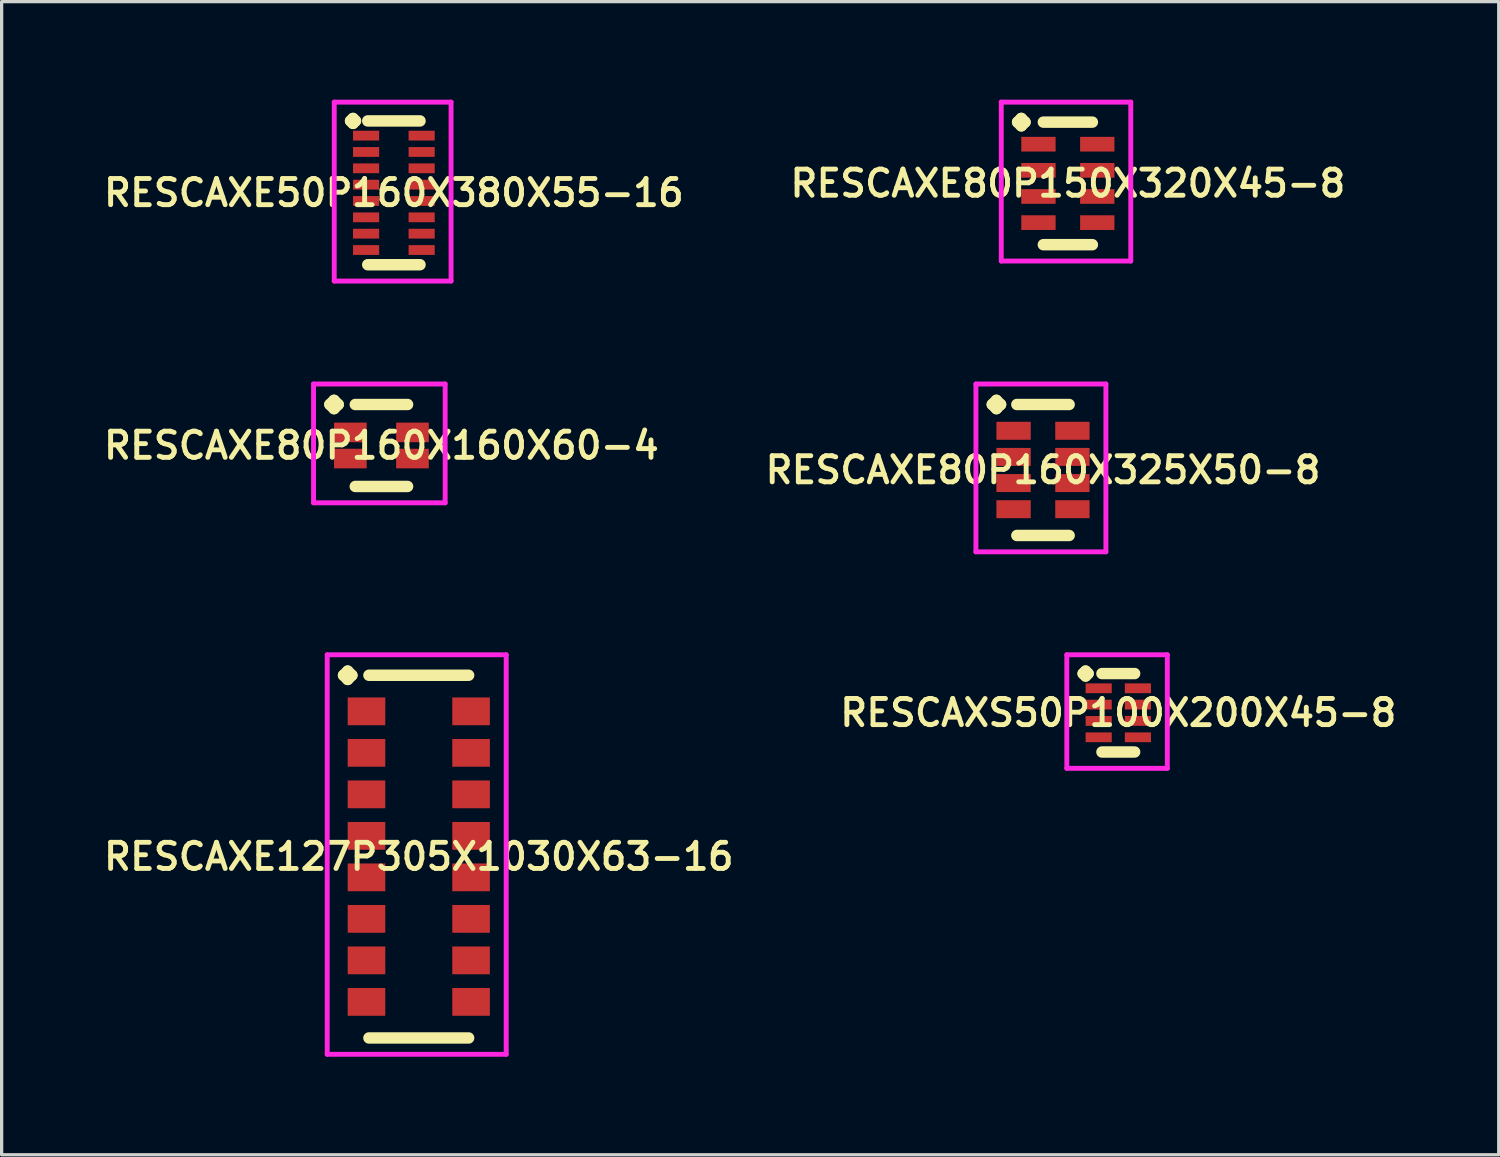
<source format=kicad_pcb>
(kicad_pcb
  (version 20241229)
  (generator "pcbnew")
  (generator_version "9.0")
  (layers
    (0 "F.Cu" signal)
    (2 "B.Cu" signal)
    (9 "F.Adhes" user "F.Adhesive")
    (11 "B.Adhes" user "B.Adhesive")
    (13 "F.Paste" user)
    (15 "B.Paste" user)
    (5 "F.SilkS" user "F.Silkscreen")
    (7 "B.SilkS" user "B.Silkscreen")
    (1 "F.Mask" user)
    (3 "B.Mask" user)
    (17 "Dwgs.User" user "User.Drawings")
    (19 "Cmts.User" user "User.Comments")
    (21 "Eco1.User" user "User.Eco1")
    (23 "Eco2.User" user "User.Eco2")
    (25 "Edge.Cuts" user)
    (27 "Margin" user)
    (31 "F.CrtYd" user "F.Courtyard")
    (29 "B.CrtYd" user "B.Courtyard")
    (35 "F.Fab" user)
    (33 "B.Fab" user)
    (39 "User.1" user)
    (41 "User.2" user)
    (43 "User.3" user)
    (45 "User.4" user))
  (footprint "RESCAXE80P150X320X45-8"
    (layer "F.Cu")
    (at 29.625 2.562)
    (property "Reference" "RESCAXE80P150X320X45-8" (at 0 0 0) (layer "F.SilkS") (effects (font (size 0.8 0.8) (thickness 0.15))))
    (attr smd)
    (fp_line (start -1.538 -1.875) (end -1.425 -1.988) (stroke (width 0.35) (type solid)) (layer "F.SilkS"))
    (fp_line (start -1.425 -1.988) (end -1.312 -1.875) (stroke (width 0.35) (type solid)) (layer "F.SilkS"))
    (fp_line (start -1.425 -1.762) (end -1.538 -1.875) (stroke (width 0.35) (type solid)) (layer "F.SilkS"))
    (fp_line (start -1.312 -1.875) (end -1.425 -1.762) (stroke (width 0.35) (type solid)) (layer "F.SilkS"))
    (fp_line (start -0.75 -1.875) (end 0.75 -1.875) (stroke (width 0.35) (type solid)) (layer "F.SilkS"))
    (fp_line (start -0.75 1.875) (end 0.75 1.875) (stroke (width 0.35) (type solid)) (layer "F.SilkS"))
    (fp_line (start -2.038 -2.487) (end 1.925 -2.487) (stroke (width 0.15) (type solid)) (layer "F.CrtYd"))
    (fp_line (start -2.038 2.375) (end -2.038 -2.487) (stroke (width 0.15) (type solid)) (layer "F.CrtYd"))
    (fp_line (start 1.925 -2.487) (end 1.925 2.375) (stroke (width 0.15) (type solid)) (layer "F.CrtYd"))
    (fp_line (start 1.925 2.375) (end -2.038 2.375) (stroke (width 0.15) (type solid)) (layer "F.CrtYd"))
    (pad "1" smd rect (at -0.9 -1.2) (size 1.05 0.45) (layers "F.Cu" "F.Mask" "F.Paste"))
    (pad "2" smd rect (at -0.9 -0.4) (size 1.05 0.45) (layers "F.Cu" "F.Mask" "F.Paste"))
    (pad "3" smd rect (at -0.9 0.4) (size 1.05 0.45) (layers "F.Cu" "F.Mask" "F.Paste"))
    (pad "4" smd rect (at -0.9 1.2) (size 1.05 0.45) (layers "F.Cu" "F.Mask" "F.Paste"))
    (pad "5" smd rect (at 0.9 1.2) (size 1.05 0.45) (layers "F.Cu" "F.Mask" "F.Paste"))
    (pad "6" smd rect (at 0.9 0.4) (size 1.05 0.45) (layers "F.Cu" "F.Mask" "F.Paste"))
    (pad "7" smd rect (at 0.9 -0.4) (size 1.05 0.45) (layers "F.Cu" "F.Mask" "F.Paste"))
    (pad "8" smd rect (at 0.9 -1.2) (size 1.05 0.45) (layers "F.Cu" "F.Mask" "F.Paste")))
  (footprint "RESCAXE80P160X160X60-4"
    (layer "F.Cu")
    (at 8.621 10.581)
    (property "Reference" "RESCAXE80P160X160X60-4" (at 0 0 0) (layer "F.SilkS") (effects (font (size 0.8 0.8) (thickness 0.15))))
    (attr smd)
    (fp_line (start -1.577 -1.254) (end -1.45 -1.381) (stroke (width 0.35) (type solid)) (layer "F.SilkS"))
    (fp_line (start -1.45 -1.381) (end -1.323 -1.254) (stroke (width 0.35) (type solid)) (layer "F.SilkS"))
    (fp_line (start -1.45 -1.127) (end -1.577 -1.254) (stroke (width 0.35) (type solid)) (layer "F.SilkS"))
    (fp_line (start -1.323 -1.254) (end -1.45 -1.127) (stroke (width 0.35) (type solid)) (layer "F.SilkS"))
    (fp_line (start -0.8 -1.254) (end 0.8 -1.254) (stroke (width 0.35) (type solid)) (layer "F.SilkS"))
    (fp_line (start -0.8 1.254) (end 0.8 1.254) (stroke (width 0.35) (type solid)) (layer "F.SilkS"))
    (fp_line (start -2.077 -1.881) (end 1.95 -1.881) (stroke (width 0.15) (type solid)) (layer "F.CrtYd"))
    (fp_line (start -2.077 1.754) (end -2.077 -1.881) (stroke (width 0.15) (type solid)) (layer "F.CrtYd"))
    (fp_line (start 1.95 -1.881) (end 1.95 1.754) (stroke (width 0.15) (type solid)) (layer "F.CrtYd"))
    (fp_line (start 1.95 1.754) (end -2.077 1.754) (stroke (width 0.15) (type solid)) (layer "F.CrtYd"))
    (pad "1" smd rect (at -0.95 -0.4) (size 1 0.6) (layers "F.Cu" "F.Mask" "F.Paste"))
    (pad "2" smd rect (at -0.95 0.4) (size 1 0.6) (layers "F.Cu" "F.Mask" "F.Paste"))
    (pad "3" smd rect (at 0.95 0.4) (size 1 0.6) (layers "F.Cu" "F.Mask" "F.Paste"))
    (pad "4" smd rect (at 0.95 -0.4) (size 1 0.6) (layers "F.Cu" "F.Mask" "F.Paste")))
  (footprint "RESCAXE127P305X1030X63-16"
    (layer "F.Cu")
    (at 9.764 23.161)
    (property "Reference" "RESCAXE127P305X1030X63-16" (at 0 0 0) (layer "F.SilkS") (effects (font (size 0.8 0.8) (thickness 0.15))))
    (attr smd)
    (fp_line (start -2.302 -5.549) (end -2.175 -5.676) (stroke (width 0.35) (type solid)) (layer "F.SilkS"))
    (fp_line (start -2.175 -5.676) (end -2.048 -5.549) (stroke (width 0.35) (type solid)) (layer "F.SilkS"))
    (fp_line (start -2.175 -5.422) (end -2.302 -5.549) (stroke (width 0.35) (type solid)) (layer "F.SilkS"))
    (fp_line (start -2.048 -5.549) (end -2.175 -5.422) (stroke (width 0.35) (type solid)) (layer "F.SilkS"))
    (fp_line (start -1.525 -5.549) (end 1.525 -5.549) (stroke (width 0.35) (type solid)) (layer "F.SilkS"))
    (fp_line (start -1.525 5.549) (end 1.525 5.549) (stroke (width 0.35) (type solid)) (layer "F.SilkS"))
    (fp_line (start -2.802 -6.176) (end 2.675 -6.176) (stroke (width 0.15) (type solid)) (layer "F.CrtYd"))
    (fp_line (start -2.802 6.049) (end -2.802 -6.176) (stroke (width 0.15) (type solid)) (layer "F.CrtYd"))
    (fp_line (start 2.675 -6.176) (end 2.675 6.049) (stroke (width 0.15) (type solid)) (layer "F.CrtYd"))
    (fp_line (start 2.675 6.049) (end -2.802 6.049) (stroke (width 0.15) (type solid)) (layer "F.CrtYd"))
    (pad "1" smd rect (at -1.6 -4.445) (size 1.15 0.85) (layers "F.Cu" "F.Mask" "F.Paste"))
    (pad "2" smd rect (at -1.6 -3.175) (size 1.15 0.85) (layers "F.Cu" "F.Mask" "F.Paste"))
    (pad "3" smd rect (at -1.6 -1.905) (size 1.15 0.85) (layers "F.Cu" "F.Mask" "F.Paste"))
    (pad "4" smd rect (at -1.6 -0.635) (size 1.15 0.85) (layers "F.Cu" "F.Mask" "F.Paste"))
    (pad "5" smd rect (at -1.6 0.635) (size 1.15 0.85) (layers "F.Cu" "F.Mask" "F.Paste"))
    (pad "6" smd rect (at -1.6 1.905) (size 1.15 0.85) (layers "F.Cu" "F.Mask" "F.Paste"))
    (pad "7" smd rect (at -1.6 3.175) (size 1.15 0.85) (layers "F.Cu" "F.Mask" "F.Paste"))
    (pad "8" smd rect (at -1.6 4.445) (size 1.15 0.85) (layers "F.Cu" "F.Mask" "F.Paste"))
    (pad "9" smd rect (at 1.6 4.445) (size 1.15 0.85) (layers "F.Cu" "F.Mask" "F.Paste"))
    (pad "10" smd rect (at 1.6 3.175) (size 1.15 0.85) (layers "F.Cu" "F.Mask" "F.Paste"))
    (pad "11" smd rect (at 1.6 1.905) (size 1.15 0.85) (layers "F.Cu" "F.Mask" "F.Paste"))
    (pad "12" smd rect (at 1.6 0.635) (size 1.15 0.85) (layers "F.Cu" "F.Mask" "F.Paste"))
    (pad "13" smd rect (at 1.6 -0.635) (size 1.15 0.85) (layers "F.Cu" "F.Mask" "F.Paste"))
    (pad "14" smd rect (at 1.6 -1.905) (size 1.15 0.85) (layers "F.Cu" "F.Mask" "F.Paste"))
    (pad "15" smd rect (at 1.6 -3.175) (size 1.15 0.85) (layers "F.Cu" "F.Mask" "F.Paste"))
    (pad "16" smd rect (at 1.6 -4.445) (size 1.15 0.85) (layers "F.Cu" "F.Mask" "F.Paste")))
  (footprint "RESCAXE50P160X380X55-16"
    (layer "F.Cu")
    (at 9.002 2.85)
    (property "Reference" "RESCAXE50P160X380X55-16" (at 0 0 0) (layer "F.SilkS") (effects (font (size 0.8 0.8) (thickness 0.15))))
    (attr smd)
    (fp_line (start -1.325 -2.2) (end -1.25 -2.275) (stroke (width 0.35) (type solid)) (layer "F.SilkS"))
    (fp_line (start -1.25 -2.275) (end -1.175 -2.2) (stroke (width 0.35) (type solid)) (layer "F.SilkS"))
    (fp_line (start -1.25 -2.125) (end -1.325 -2.2) (stroke (width 0.35) (type solid)) (layer "F.SilkS"))
    (fp_line (start -1.175 -2.2) (end -1.25 -2.125) (stroke (width 0.35) (type solid)) (layer "F.SilkS"))
    (fp_line (start -0.8 -2.2) (end 0.8 -2.2) (stroke (width 0.35) (type solid)) (layer "F.SilkS"))
    (fp_line (start -0.8 2.2) (end 0.8 2.2) (stroke (width 0.35) (type solid)) (layer "F.SilkS"))
    (fp_line (start -1.825 -2.775) (end 1.75 -2.775) (stroke (width 0.15) (type solid)) (layer "F.CrtYd"))
    (fp_line (start -1.825 2.7) (end -1.825 -2.775) (stroke (width 0.15) (type solid)) (layer "F.CrtYd"))
    (fp_line (start 1.75 -2.775) (end 1.75 2.7) (stroke (width 0.15) (type solid)) (layer "F.CrtYd"))
    (fp_line (start 1.75 2.7) (end -1.825 2.7) (stroke (width 0.15) (type solid)) (layer "F.CrtYd"))
    (pad "1" smd rect (at -0.85 -1.75) (size 0.8 0.3) (layers "F.Cu" "F.Mask" "F.Paste"))
    (pad "2" smd rect (at -0.85 -1.25) (size 0.8 0.3) (layers "F.Cu" "F.Mask" "F.Paste"))
    (pad "3" smd rect (at -0.85 -0.75) (size 0.8 0.3) (layers "F.Cu" "F.Mask" "F.Paste"))
    (pad "4" smd rect (at -0.85 -0.25) (size 0.8 0.3) (layers "F.Cu" "F.Mask" "F.Paste"))
    (pad "5" smd rect (at -0.85 0.25) (size 0.8 0.3) (layers "F.Cu" "F.Mask" "F.Paste"))
    (pad "6" smd rect (at -0.85 0.75) (size 0.8 0.3) (layers "F.Cu" "F.Mask" "F.Paste"))
    (pad "7" smd rect (at -0.85 1.25) (size 0.8 0.3) (layers "F.Cu" "F.Mask" "F.Paste"))
    (pad "8" smd rect (at -0.85 1.75) (size 0.8 0.3) (layers "F.Cu" "F.Mask" "F.Paste"))
    (pad "9" smd rect (at 0.85 1.75) (size 0.8 0.3) (layers "F.Cu" "F.Mask" "F.Paste"))
    (pad "10" smd rect (at 0.85 1.25) (size 0.8 0.3) (layers "F.Cu" "F.Mask" "F.Paste"))
    (pad "11" smd rect (at 0.85 0.75) (size 0.8 0.3) (layers "F.Cu" "F.Mask" "F.Paste"))
    (pad "12" smd rect (at 0.85 0.25) (size 0.8 0.3) (layers "F.Cu" "F.Mask" "F.Paste"))
    (pad "13" smd rect (at 0.85 -0.25) (size 0.8 0.3) (layers "F.Cu" "F.Mask" "F.Paste"))
    (pad "14" smd rect (at 0.85 -0.75) (size 0.8 0.3) (layers "F.Cu" "F.Mask" "F.Paste"))
    (pad "15" smd rect (at 0.85 -1.25) (size 0.8 0.3) (layers "F.Cu" "F.Mask" "F.Paste"))
    (pad "16" smd rect (at 0.85 -1.75) (size 0.8 0.3) (layers "F.Cu" "F.Mask" "F.Paste")))
  (footprint "RESCAXE80P160X325X50-8"
    (layer "F.Cu")
    (at 28.864 11.331)
    (property "Reference" "RESCAXE80P160X325X50-8" (at 0 0 0) (layer "F.SilkS") (effects (font (size 0.8 0.8) (thickness 0.15))))
    (attr smd)
    (fp_line (start -1.552 -2.004) (end -1.425 -2.131) (stroke (width 0.35) (type solid)) (layer "F.SilkS"))
    (fp_line (start -1.425 -2.131) (end -1.298 -2.004) (stroke (width 0.35) (type solid)) (layer "F.SilkS"))
    (fp_line (start -1.425 -1.877) (end -1.552 -2.004) (stroke (width 0.35) (type solid)) (layer "F.SilkS"))
    (fp_line (start -1.298 -2.004) (end -1.425 -1.877) (stroke (width 0.35) (type solid)) (layer "F.SilkS"))
    (fp_line (start -0.8 -2.004) (end 0.8 -2.004) (stroke (width 0.35) (type solid)) (layer "F.SilkS"))
    (fp_line (start -0.8 2.004) (end 0.8 2.004) (stroke (width 0.35) (type solid)) (layer "F.SilkS"))
    (fp_line (start -2.052 -2.631) (end 1.925 -2.631) (stroke (width 0.15) (type solid)) (layer "F.CrtYd"))
    (fp_line (start -2.052 2.504) (end -2.052 -2.631) (stroke (width 0.15) (type solid)) (layer "F.CrtYd"))
    (fp_line (start 1.925 -2.631) (end 1.925 2.504) (stroke (width 0.15) (type solid)) (layer "F.CrtYd"))
    (fp_line (start 1.925 2.504) (end -2.052 2.504) (stroke (width 0.15) (type solid)) (layer "F.CrtYd"))
    (pad "1" smd rect (at -0.9 -1.2) (size 1.05 0.55) (layers "F.Cu" "F.Mask" "F.Paste"))
    (pad "2" smd rect (at -0.9 -0.4) (size 1.05 0.55) (layers "F.Cu" "F.Mask" "F.Paste"))
    (pad "3" smd rect (at -0.9 0.4) (size 1.05 0.55) (layers "F.Cu" "F.Mask" "F.Paste"))
    (pad "4" smd rect (at -0.9 1.2) (size 1.05 0.55) (layers "F.Cu" "F.Mask" "F.Paste"))
    (pad "5" smd rect (at 0.9 1.2) (size 1.05 0.55) (layers "F.Cu" "F.Mask" "F.Paste"))
    (pad "6" smd rect (at 0.9 0.4) (size 1.05 0.55) (layers "F.Cu" "F.Mask" "F.Paste"))
    (pad "7" smd rect (at 0.9 -0.4) (size 1.05 0.55) (layers "F.Cu" "F.Mask" "F.Paste"))
    (pad "8" smd rect (at 0.9 -1.2) (size 1.05 0.55) (layers "F.Cu" "F.Mask" "F.Paste")))
  (footprint "RESCAXS50P100X200X45-8"
    (layer "F.Cu")
    (at 31.168 18.76)
    (property "Reference" "RESCAXS50P100X200X45-8" (at 0 0 0) (layer "F.SilkS") (effects (font (size 0.8 0.8) (thickness 0.15))))
    (attr smd)
    (fp_line (start -1.075 -1.2) (end -1 -1.275) (stroke (width 0.35) (type solid)) (layer "F.SilkS"))
    (fp_line (start -1 -1.275) (end -0.925 -1.2) (stroke (width 0.35) (type solid)) (layer "F.SilkS"))
    (fp_line (start -1 -1.125) (end -1.075 -1.2) (stroke (width 0.35) (type solid)) (layer "F.SilkS"))
    (fp_line (start -0.925 -1.2) (end -1 -1.125) (stroke (width 0.35) (type solid)) (layer "F.SilkS"))
    (fp_line (start -0.5 -1.2) (end 0.5 -1.2) (stroke (width 0.35) (type solid)) (layer "F.SilkS"))
    (fp_line (start -0.5 1.2) (end 0.5 1.2) (stroke (width 0.35) (type solid)) (layer "F.SilkS"))
    (fp_line (start -1.575 -1.775) (end 1.5 -1.775) (stroke (width 0.15) (type solid)) (layer "F.CrtYd"))
    (fp_line (start -1.575 1.7) (end -1.575 -1.775) (stroke (width 0.15) (type solid)) (layer "F.CrtYd"))
    (fp_line (start 1.5 -1.775) (end 1.5 1.7) (stroke (width 0.15) (type solid)) (layer "F.CrtYd"))
    (fp_line (start 1.5 1.7) (end -1.575 1.7) (stroke (width 0.15) (type solid)) (layer "F.CrtYd"))
    (pad "1" smd rect (at -0.6 -0.75) (size 0.8 0.3) (layers "F.Cu" "F.Mask" "F.Paste"))
    (pad "2" smd rect (at -0.6 -0.25) (size 0.8 0.3) (layers "F.Cu" "F.Mask" "F.Paste"))
    (pad "3" smd rect (at -0.6 0.25) (size 0.8 0.3) (layers "F.Cu" "F.Mask" "F.Paste"))
    (pad "4" smd rect (at -0.6 0.75) (size 0.8 0.3) (layers "F.Cu" "F.Mask" "F.Paste"))
    (pad "5" smd rect (at 0.6 0.75) (size 0.8 0.3) (layers "F.Cu" "F.Mask" "F.Paste"))
    (pad "6" smd rect (at 0.6 0.25) (size 0.8 0.3) (layers "F.Cu" "F.Mask" "F.Paste"))
    (pad "7" smd rect (at 0.6 -0.25) (size 0.8 0.3) (layers "F.Cu" "F.Mask" "F.Paste"))
    (pad "8" smd rect (at 0.6 -0.75) (size 0.8 0.3) (layers "F.Cu" "F.Mask" "F.Paste")))
  (gr_rect
    (start -3 -3)
    (end 42.809 32.285)
    (stroke (width 0.1) (type default))
    (fill no)
    (layer "Edge.Cuts")))
</source>
